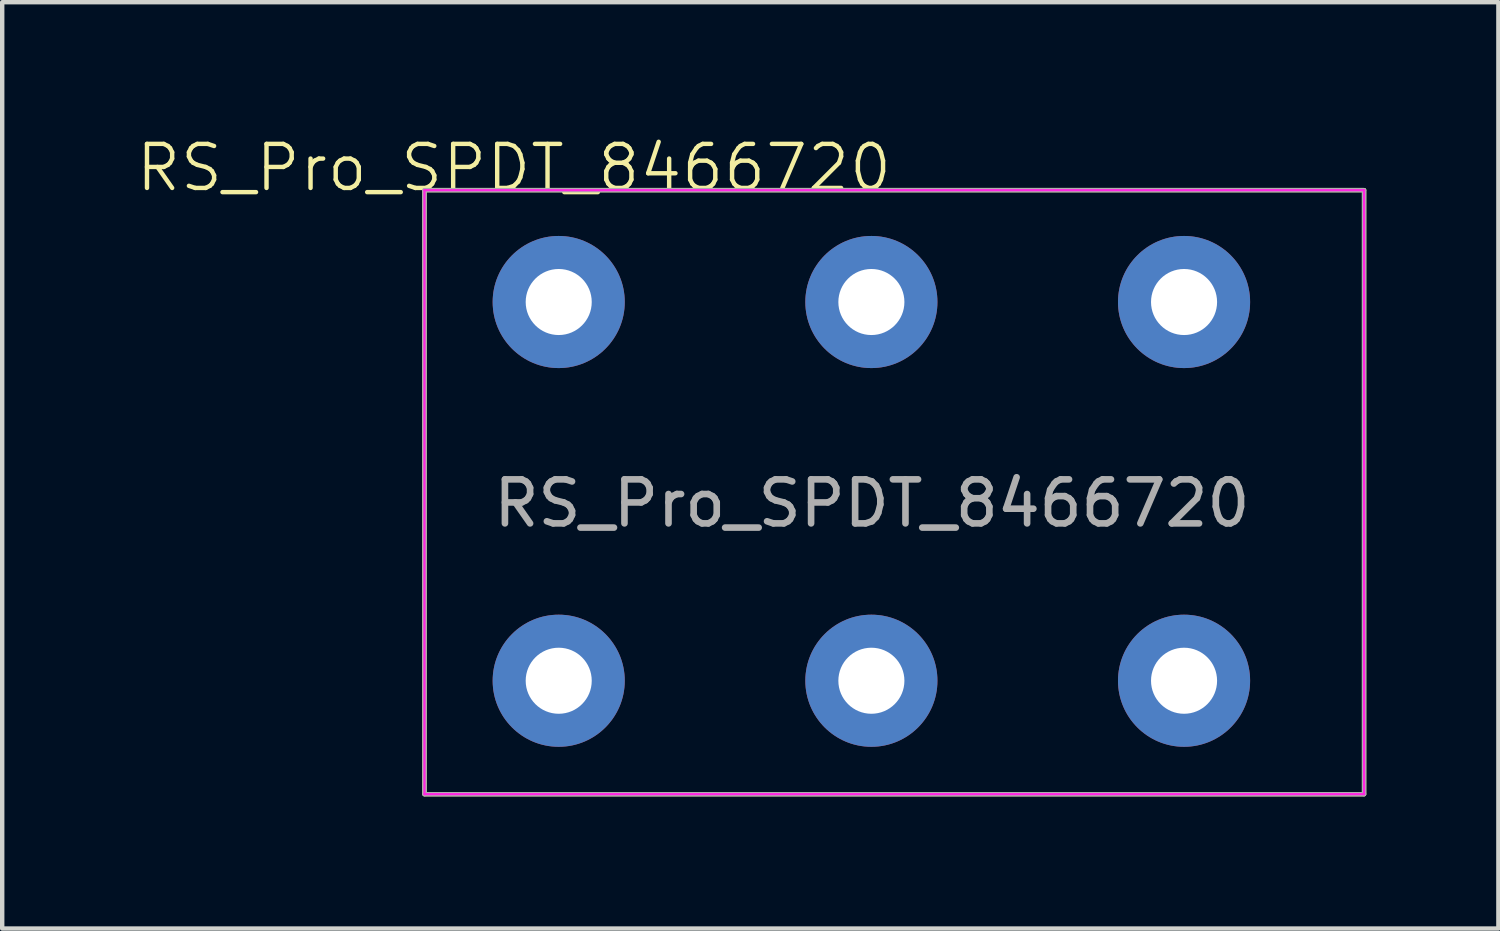
<source format=kicad_pcb>
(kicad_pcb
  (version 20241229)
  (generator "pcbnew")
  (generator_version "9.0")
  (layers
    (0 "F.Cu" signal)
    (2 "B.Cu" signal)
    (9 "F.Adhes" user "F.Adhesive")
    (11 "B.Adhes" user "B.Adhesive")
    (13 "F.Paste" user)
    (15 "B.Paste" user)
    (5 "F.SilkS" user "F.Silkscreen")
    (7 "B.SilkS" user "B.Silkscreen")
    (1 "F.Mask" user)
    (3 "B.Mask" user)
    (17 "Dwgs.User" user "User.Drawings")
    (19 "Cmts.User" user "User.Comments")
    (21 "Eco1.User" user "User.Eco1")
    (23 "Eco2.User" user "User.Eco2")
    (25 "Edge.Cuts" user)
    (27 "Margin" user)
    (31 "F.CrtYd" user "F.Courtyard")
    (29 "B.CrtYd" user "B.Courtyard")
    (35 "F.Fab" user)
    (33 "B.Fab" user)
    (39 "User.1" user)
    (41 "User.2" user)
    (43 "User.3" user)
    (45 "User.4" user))
  (footprint "RS_Pro_SPDT_8466720"
    (layer "F.Cu")
    (at 9.637 3.808)
    (property "Reference" "RS_Pro_SPDT_8466720" (at -1.016 -3.048 0) (unlocked yes) (layer "F.SilkS") (effects (font (size 1 1) (thickness 0.1))))
    (attr through_hole)
    (fp_rect (start -3.048 -2.54) (end 18.288 11.176) (stroke (width 0.1) (type default)) (fill no) (layer "F.SilkS"))
    (fp_line (start -3.048 -2.54) (end 18.288 -2.54) (stroke (width 0.05) (type default)) (layer "F.CrtYd"))
    (fp_line (start -3.048 11.176) (end -3.048 -2.54) (stroke (width 0.05) (type default)) (layer "F.CrtYd"))
    (fp_line (start 18.288 -2.54) (end 18.288 11.176) (stroke (width 0.05) (type default)) (layer "F.CrtYd"))
    (fp_line (start 18.288 11.176) (end -3.048 11.176) (stroke (width 0.05) (type default)) (layer "F.CrtYd"))
    (fp_line (start -3.048 -2.54) (end 18.288 -2.54) (stroke (width 0.1) (type default)) (layer "F.Fab"))
    (fp_line (start -3.048 11.176) (end -3.048 -2.54) (stroke (width 0.1) (type default)) (layer "F.Fab"))
    (fp_line (start 18.288 -2.54) (end 18.288 11.176) (stroke (width 0.1) (type default)) (layer "F.Fab"))
    (fp_line (start 18.288 11.176) (end -3.048 11.176) (stroke (width 0.1) (type default)) (layer "F.Fab"))
    (fp_text user "${REFERENCE}" (at 7.112 4.572 0) (unlocked yes) (layer "F.Fab") (effects (font (size 1 1) (thickness 0.15))))
    (pad "1" thru_hole circle (at 0 0) (size 3 3) (drill 1.5) (layers "*.Cu" "*.Mask"))
    (pad "2" thru_hole circle (at 7.1 0) (size 3 3) (drill 1.5) (layers "*.Cu" "*.Mask"))
    (pad "3" thru_hole circle (at 14.2 0) (size 3 3) (drill 1.5) (layers "*.Cu" "*.Mask"))
    (pad "4" thru_hole circle (at 0 8.6) (size 3 3) (drill 1.5) (layers "*.Cu" "*.Mask"))
    (pad "5" thru_hole circle (at 7.1 8.6) (size 3 3) (drill 1.5) (layers "*.Cu" "*.Mask"))
    (pad "6" thru_hole circle (at 14.2 8.6) (size 3 3) (drill 1.5) (layers "*.Cu" "*.Mask")))
  (gr_rect
    (start -3 -3)
    (end 30.975 18.035)
    (stroke (width 0.1) (type default))
    (fill no)
    (layer "Edge.Cuts")))
</source>
